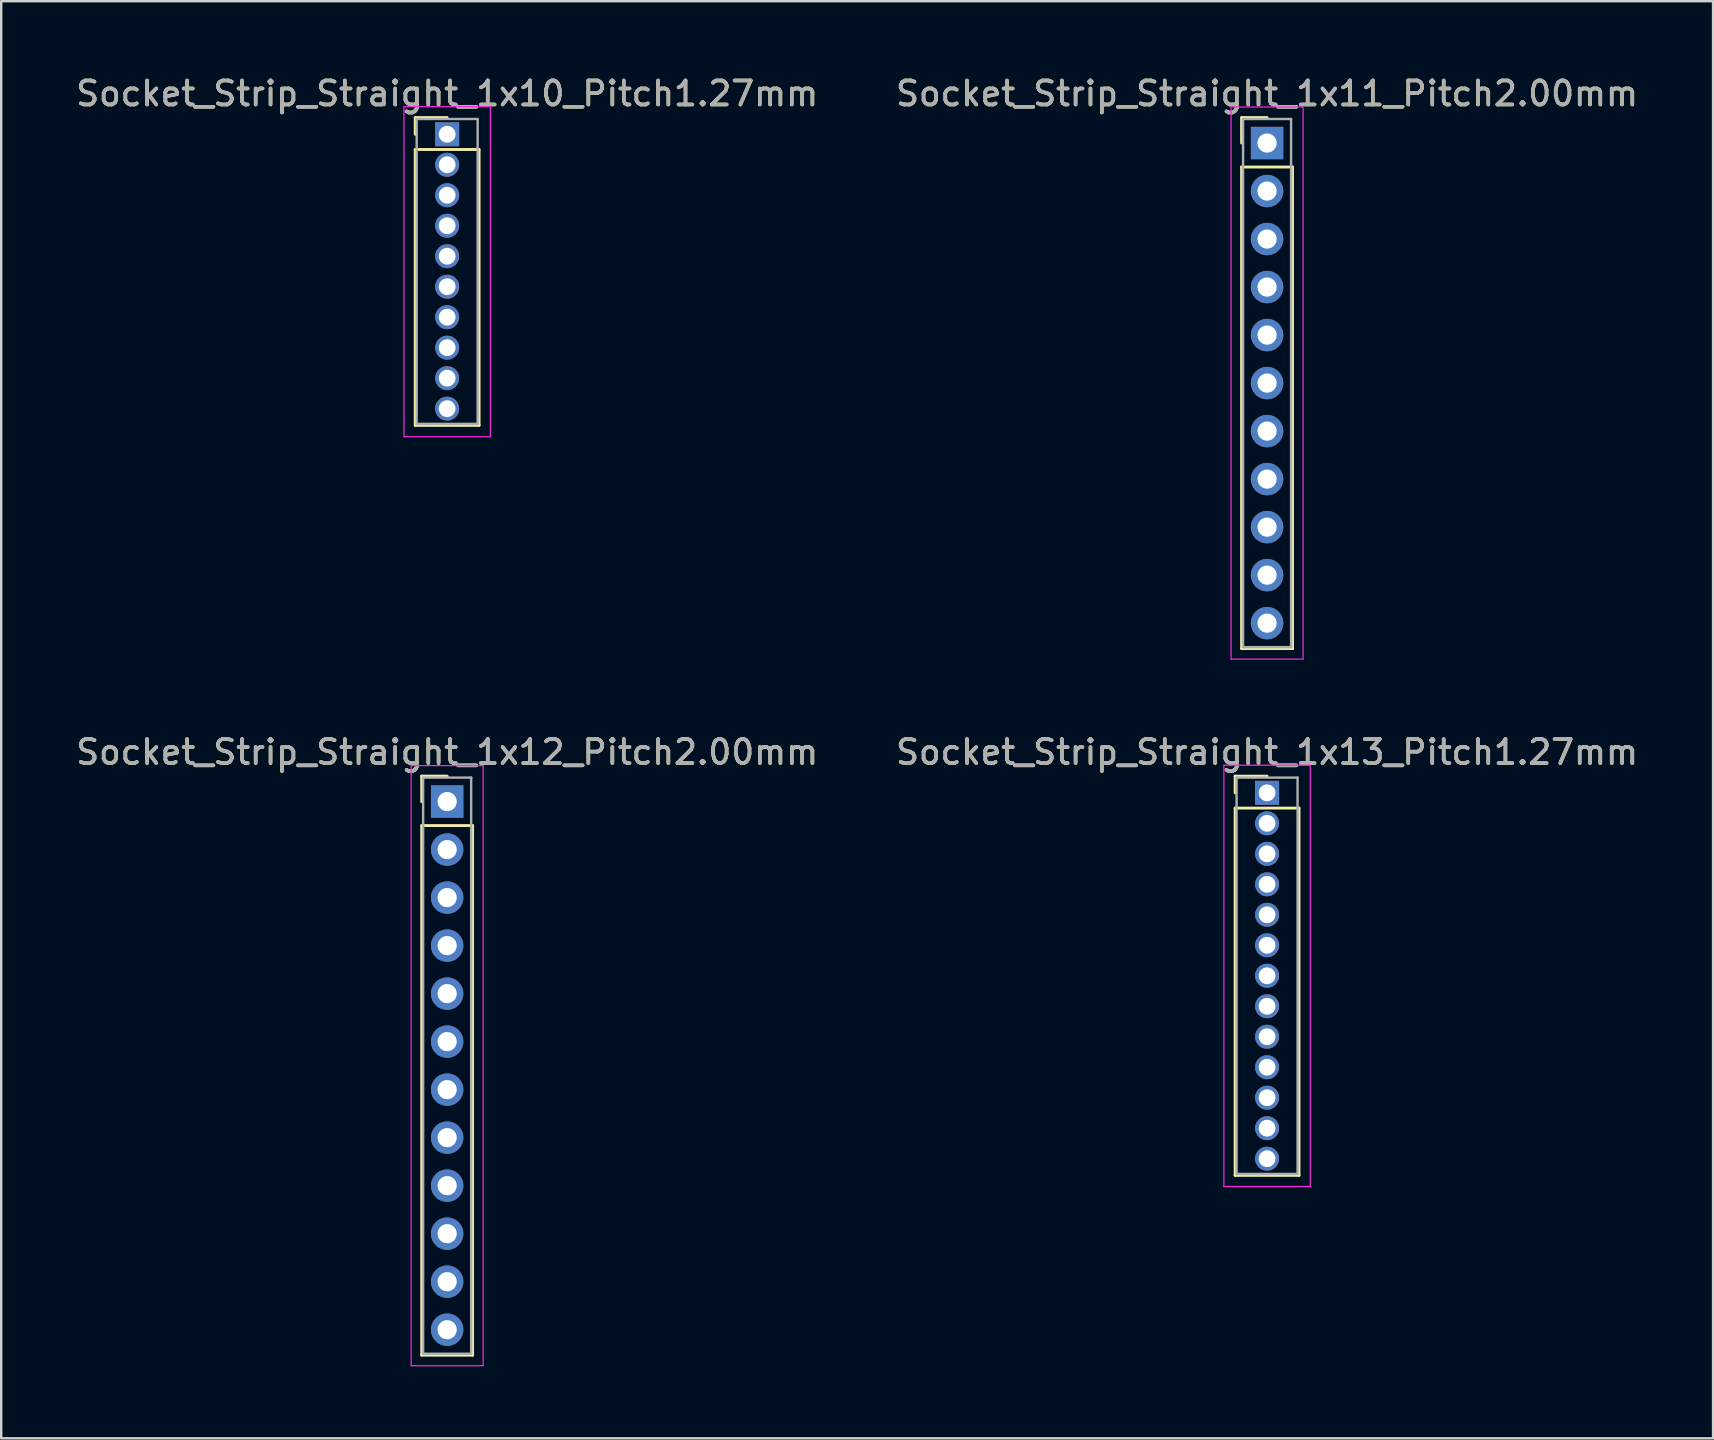
<source format=kicad_pcb>
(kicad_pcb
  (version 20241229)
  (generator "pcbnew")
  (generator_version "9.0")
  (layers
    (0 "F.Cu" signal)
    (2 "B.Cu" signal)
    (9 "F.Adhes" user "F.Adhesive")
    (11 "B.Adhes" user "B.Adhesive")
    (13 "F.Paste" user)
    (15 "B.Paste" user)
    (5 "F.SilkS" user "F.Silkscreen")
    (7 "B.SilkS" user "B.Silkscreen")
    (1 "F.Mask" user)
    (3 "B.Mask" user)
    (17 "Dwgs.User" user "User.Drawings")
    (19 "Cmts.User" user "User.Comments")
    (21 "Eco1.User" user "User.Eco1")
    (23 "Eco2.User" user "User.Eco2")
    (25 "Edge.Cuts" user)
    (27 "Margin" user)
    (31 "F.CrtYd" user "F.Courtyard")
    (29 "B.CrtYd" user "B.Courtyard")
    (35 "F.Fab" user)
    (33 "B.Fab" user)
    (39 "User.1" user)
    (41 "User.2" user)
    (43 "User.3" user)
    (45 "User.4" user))
  (footprint "Socket_Strip_Straight_1x11_Pitch2.00mm"
    (layer "F.Cu")
    (at 49.732 2.908)
    (property "Reference" "Socket_Strip_Straight_1x11_Pitch2.00mm" (at 0 -2.06 0) (layer "F.SilkS") (effects (font (size 1 1) (thickness 0.15))))
    (attr through_hole)
    (fp_line (start -1.06 -1.06) (end 0 -1.06) (stroke (width 0.12) (type solid)) (layer "F.SilkS"))
    (fp_line (start -1.06 0) (end -1.06 -1.06) (stroke (width 0.12) (type solid)) (layer "F.SilkS"))
    (fp_line (start -1.06 1) (end -1.06 21.06) (stroke (width 0.12) (type solid)) (layer "F.SilkS"))
    (fp_line (start -1.06 21.06) (end 1.06 21.06) (stroke (width 0.12) (type solid)) (layer "F.SilkS"))
    (fp_line (start 1.06 1) (end -1.06 1) (stroke (width 0.12) (type solid)) (layer "F.SilkS"))
    (fp_line (start 1.06 21.06) (end 1.06 1) (stroke (width 0.12) (type solid)) (layer "F.SilkS"))
    (fp_line (start -1.5 -1.5) (end -1.5 21.5) (stroke (width 0.05) (type solid)) (layer "F.CrtYd"))
    (fp_line (start -1.5 21.5) (end 1.5 21.5) (stroke (width 0.05) (type solid)) (layer "F.CrtYd"))
    (fp_line (start 1.5 -1.5) (end -1.5 -1.5) (stroke (width 0.05) (type solid)) (layer "F.CrtYd"))
    (fp_line (start 1.5 21.5) (end 1.5 -1.5) (stroke (width 0.05) (type solid)) (layer "F.CrtYd"))
    (fp_line (start -1 -1) (end -1 21) (stroke (width 0.1) (type solid)) (layer "F.Fab"))
    (fp_line (start -1 21) (end 1 21) (stroke (width 0.1) (type solid)) (layer "F.Fab"))
    (fp_line (start 1 -1) (end -1 -1) (stroke (width 0.1) (type solid)) (layer "F.Fab"))
    (fp_line (start 1 21) (end 1 -1) (stroke (width 0.1) (type solid)) (layer "F.Fab"))
    (fp_text user "${REFERENCE}" (at 0 -2.06 0) (layer "F.Fab") (effects (font (size 1 1) (thickness 0.15))))
    (pad "1" thru_hole rect (at 0 0) (size 1.35 1.35) (drill 0.8) (layers "*.Cu" "*.Mask"))
    (pad "2" thru_hole oval (at 0 2) (size 1.35 1.35) (drill 0.8) (layers "*.Cu" "*.Mask"))
    (pad "3" thru_hole oval (at 0 4) (size 1.35 1.35) (drill 0.8) (layers "*.Cu" "*.Mask"))
    (pad "4" thru_hole oval (at 0 6) (size 1.35 1.35) (drill 0.8) (layers "*.Cu" "*.Mask"))
    (pad "5" thru_hole oval (at 0 8) (size 1.35 1.35) (drill 0.8) (layers "*.Cu" "*.Mask"))
    (pad "6" thru_hole oval (at 0 10) (size 1.35 1.35) (drill 0.8) (layers "*.Cu" "*.Mask"))
    (pad "7" thru_hole oval (at 0 12) (size 1.35 1.35) (drill 0.8) (layers "*.Cu" "*.Mask"))
    (pad "8" thru_hole oval (at 0 14) (size 1.35 1.35) (drill 0.8) (layers "*.Cu" "*.Mask"))
    (pad "9" thru_hole oval (at 0 16) (size 1.35 1.35) (drill 0.8) (layers "*.Cu" "*.Mask"))
    (pad "10" thru_hole oval (at 0 18) (size 1.35 1.35) (drill 0.8) (layers "*.Cu" "*.Mask"))
    (pad "11" thru_hole oval (at 0 20) (size 1.35 1.35) (drill 0.8) (layers "*.Cu" "*.Mask")))
  (footprint "Socket_Strip_Straight_1x10_Pitch1.27mm"
    (layer "F.Cu")
    (at 15.577 2.543)
    (property "Reference" "Socket_Strip_Straight_1x10_Pitch1.27mm" (at 0 -1.695 0) (layer "F.SilkS") (effects (font (size 1 1) (thickness 0.15))))
    (attr through_hole)
    (fp_line (start -1.33 -0.695) (end 0 -0.695) (stroke (width 0.12) (type solid)) (layer "F.SilkS"))
    (fp_line (start -1.33 0) (end -1.33 -0.695) (stroke (width 0.12) (type solid)) (layer "F.SilkS"))
    (fp_line (start -1.33 0.635) (end -1.33 12.125) (stroke (width 0.12) (type solid)) (layer "F.SilkS"))
    (fp_line (start -1.33 12.125) (end 1.33 12.125) (stroke (width 0.12) (type solid)) (layer "F.SilkS"))
    (fp_line (start 1.33 0.635) (end -1.33 0.635) (stroke (width 0.12) (type solid)) (layer "F.SilkS"))
    (fp_line (start 1.33 12.125) (end 1.33 0.635) (stroke (width 0.12) (type solid)) (layer "F.SilkS"))
    (fp_line (start -1.8 -1.15) (end -1.8 12.6) (stroke (width 0.05) (type solid)) (layer "F.CrtYd"))
    (fp_line (start -1.8 12.6) (end 1.8 12.6) (stroke (width 0.05) (type solid)) (layer "F.CrtYd"))
    (fp_line (start 1.8 -1.15) (end -1.8 -1.15) (stroke (width 0.05) (type solid)) (layer "F.CrtYd"))
    (fp_line (start 1.8 12.6) (end 1.8 -1.15) (stroke (width 0.05) (type solid)) (layer "F.CrtYd"))
    (fp_line (start -1.27 -0.635) (end -1.27 12.065) (stroke (width 0.1) (type solid)) (layer "F.Fab"))
    (fp_line (start -1.27 12.065) (end 1.27 12.065) (stroke (width 0.1) (type solid)) (layer "F.Fab"))
    (fp_line (start 1.27 -0.635) (end -1.27 -0.635) (stroke (width 0.1) (type solid)) (layer "F.Fab"))
    (fp_line (start 1.27 12.065) (end 1.27 -0.635) (stroke (width 0.1) (type solid)) (layer "F.Fab"))
    (fp_text user "${REFERENCE}" (at 0 -1.695 0) (layer "F.Fab") (effects (font (size 1 1) (thickness 0.15))))
    (pad "1" thru_hole rect (at 0 0) (size 1 1) (drill 0.7) (layers "*.Cu" "*.Mask"))
    (pad "2" thru_hole oval (at 0 1.27) (size 1 1) (drill 0.7) (layers "*.Cu" "*.Mask"))
    (pad "3" thru_hole oval (at 0 2.54) (size 1 1) (drill 0.7) (layers "*.Cu" "*.Mask"))
    (pad "4" thru_hole oval (at 0 3.81) (size 1 1) (drill 0.7) (layers "*.Cu" "*.Mask"))
    (pad "5" thru_hole oval (at 0 5.08) (size 1 1) (drill 0.7) (layers "*.Cu" "*.Mask"))
    (pad "6" thru_hole oval (at 0 6.35) (size 1 1) (drill 0.7) (layers "*.Cu" "*.Mask"))
    (pad "7" thru_hole oval (at 0 7.62) (size 1 1) (drill 0.7) (layers "*.Cu" "*.Mask"))
    (pad "8" thru_hole oval (at 0 8.89) (size 1 1) (drill 0.7) (layers "*.Cu" "*.Mask"))
    (pad "9" thru_hole oval (at 0 10.16) (size 1 1) (drill 0.7) (layers "*.Cu" "*.Mask"))
    (pad "10" thru_hole oval (at 0 11.43) (size 1 1) (drill 0.7) (layers "*.Cu" "*.Mask")))
  (footprint "Socket_Strip_Straight_1x12_Pitch2.00mm"
    (layer "F.Cu")
    (at 15.577 30.341)
    (property "Reference" "Socket_Strip_Straight_1x12_Pitch2.00mm" (at 0 -2.06 0) (layer "F.SilkS") (effects (font (size 1 1) (thickness 0.15))))
    (attr through_hole)
    (fp_line (start -1.06 -1.06) (end 0 -1.06) (stroke (width 0.12) (type solid)) (layer "F.SilkS"))
    (fp_line (start -1.06 0) (end -1.06 -1.06) (stroke (width 0.12) (type solid)) (layer "F.SilkS"))
    (fp_line (start -1.06 1) (end -1.06 23.06) (stroke (width 0.12) (type solid)) (layer "F.SilkS"))
    (fp_line (start -1.06 23.06) (end 1.06 23.06) (stroke (width 0.12) (type solid)) (layer "F.SilkS"))
    (fp_line (start 1.06 1) (end -1.06 1) (stroke (width 0.12) (type solid)) (layer "F.SilkS"))
    (fp_line (start 1.06 23.06) (end 1.06 1) (stroke (width 0.12) (type solid)) (layer "F.SilkS"))
    (fp_line (start -1.5 -1.5) (end -1.5 23.5) (stroke (width 0.05) (type solid)) (layer "F.CrtYd"))
    (fp_line (start -1.5 23.5) (end 1.5 23.5) (stroke (width 0.05) (type solid)) (layer "F.CrtYd"))
    (fp_line (start 1.5 -1.5) (end -1.5 -1.5) (stroke (width 0.05) (type solid)) (layer "F.CrtYd"))
    (fp_line (start 1.5 23.5) (end 1.5 -1.5) (stroke (width 0.05) (type solid)) (layer "F.CrtYd"))
    (fp_line (start -1 -1) (end -1 23) (stroke (width 0.1) (type solid)) (layer "F.Fab"))
    (fp_line (start -1 23) (end 1 23) (stroke (width 0.1) (type solid)) (layer "F.Fab"))
    (fp_line (start 1 -1) (end -1 -1) (stroke (width 0.1) (type solid)) (layer "F.Fab"))
    (fp_line (start 1 23) (end 1 -1) (stroke (width 0.1) (type solid)) (layer "F.Fab"))
    (fp_text user "${REFERENCE}" (at 0 -2.06 0) (layer "F.Fab") (effects (font (size 1 1) (thickness 0.15))))
    (pad "1" thru_hole rect (at 0 0) (size 1.35 1.35) (drill 0.8) (layers "*.Cu" "*.Mask"))
    (pad "2" thru_hole oval (at 0 2) (size 1.35 1.35) (drill 0.8) (layers "*.Cu" "*.Mask"))
    (pad "3" thru_hole oval (at 0 4) (size 1.35 1.35) (drill 0.8) (layers "*.Cu" "*.Mask"))
    (pad "4" thru_hole oval (at 0 6) (size 1.35 1.35) (drill 0.8) (layers "*.Cu" "*.Mask"))
    (pad "5" thru_hole oval (at 0 8) (size 1.35 1.35) (drill 0.8) (layers "*.Cu" "*.Mask"))
    (pad "6" thru_hole oval (at 0 10) (size 1.35 1.35) (drill 0.8) (layers "*.Cu" "*.Mask"))
    (pad "7" thru_hole oval (at 0 12) (size 1.35 1.35) (drill 0.8) (layers "*.Cu" "*.Mask"))
    (pad "8" thru_hole oval (at 0 14) (size 1.35 1.35) (drill 0.8) (layers "*.Cu" "*.Mask"))
    (pad "9" thru_hole oval (at 0 16) (size 1.35 1.35) (drill 0.8) (layers "*.Cu" "*.Mask"))
    (pad "10" thru_hole oval (at 0 18) (size 1.35 1.35) (drill 0.8) (layers "*.Cu" "*.Mask"))
    (pad "11" thru_hole oval (at 0 20) (size 1.35 1.35) (drill 0.8) (layers "*.Cu" "*.Mask"))
    (pad "12" thru_hole oval (at 0 22) (size 1.35 1.35) (drill 0.8) (layers "*.Cu" "*.Mask")))
  (footprint "Socket_Strip_Straight_1x13_Pitch1.27mm"
    (layer "F.Cu")
    (at 49.732 29.977)
    (property "Reference" "Socket_Strip_Straight_1x13_Pitch1.27mm" (at 0 -1.695 0) (layer "F.SilkS") (effects (font (size 1 1) (thickness 0.15))))
    (attr through_hole)
    (fp_line (start -1.33 -0.695) (end 0 -0.695) (stroke (width 0.12) (type solid)) (layer "F.SilkS"))
    (fp_line (start -1.33 0) (end -1.33 -0.695) (stroke (width 0.12) (type solid)) (layer "F.SilkS"))
    (fp_line (start -1.33 0.635) (end -1.33 15.935) (stroke (width 0.12) (type solid)) (layer "F.SilkS"))
    (fp_line (start -1.33 15.935) (end 1.33 15.935) (stroke (width 0.12) (type solid)) (layer "F.SilkS"))
    (fp_line (start 1.33 0.635) (end -1.33 0.635) (stroke (width 0.12) (type solid)) (layer "F.SilkS"))
    (fp_line (start 1.33 15.935) (end 1.33 0.635) (stroke (width 0.12) (type solid)) (layer "F.SilkS"))
    (fp_line (start -1.8 -1.15) (end -1.8 16.4) (stroke (width 0.05) (type solid)) (layer "F.CrtYd"))
    (fp_line (start -1.8 16.4) (end 1.8 16.4) (stroke (width 0.05) (type solid)) (layer "F.CrtYd"))
    (fp_line (start 1.8 -1.15) (end -1.8 -1.15) (stroke (width 0.05) (type solid)) (layer "F.CrtYd"))
    (fp_line (start 1.8 16.4) (end 1.8 -1.15) (stroke (width 0.05) (type solid)) (layer "F.CrtYd"))
    (fp_line (start -1.27 -0.635) (end -1.27 15.875) (stroke (width 0.1) (type solid)) (layer "F.Fab"))
    (fp_line (start -1.27 15.875) (end 1.27 15.875) (stroke (width 0.1) (type solid)) (layer "F.Fab"))
    (fp_line (start 1.27 -0.635) (end -1.27 -0.635) (stroke (width 0.1) (type solid)) (layer "F.Fab"))
    (fp_line (start 1.27 15.875) (end 1.27 -0.635) (stroke (width 0.1) (type solid)) (layer "F.Fab"))
    (fp_text user "${REFERENCE}" (at 0 -1.695 0) (layer "F.Fab") (effects (font (size 1 1) (thickness 0.15))))
    (pad "1" thru_hole rect (at 0 0) (size 1 1) (drill 0.7) (layers "*.Cu" "*.Mask"))
    (pad "2" thru_hole oval (at 0 1.27) (size 1 1) (drill 0.7) (layers "*.Cu" "*.Mask"))
    (pad "3" thru_hole oval (at 0 2.54) (size 1 1) (drill 0.7) (layers "*.Cu" "*.Mask"))
    (pad "4" thru_hole oval (at 0 3.81) (size 1 1) (drill 0.7) (layers "*.Cu" "*.Mask"))
    (pad "5" thru_hole oval (at 0 5.08) (size 1 1) (drill 0.7) (layers "*.Cu" "*.Mask"))
    (pad "6" thru_hole oval (at 0 6.35) (size 1 1) (drill 0.7) (layers "*.Cu" "*.Mask"))
    (pad "7" thru_hole oval (at 0 7.62) (size 1 1) (drill 0.7) (layers "*.Cu" "*.Mask"))
    (pad "8" thru_hole oval (at 0 8.89) (size 1 1) (drill 0.7) (layers "*.Cu" "*.Mask"))
    (pad "9" thru_hole oval (at 0 10.16) (size 1 1) (drill 0.7) (layers "*.Cu" "*.Mask"))
    (pad "10" thru_hole oval (at 0 11.43) (size 1 1) (drill 0.7) (layers "*.Cu" "*.Mask"))
    (pad "11" thru_hole oval (at 0 12.7) (size 1 1) (drill 0.7) (layers "*.Cu" "*.Mask"))
    (pad "12" thru_hole oval (at 0 13.97) (size 1 1) (drill 0.7) (layers "*.Cu" "*.Mask"))
    (pad "13" thru_hole oval (at 0 15.24) (size 1 1) (drill 0.7) (layers "*.Cu" "*.Mask")))
  (gr_rect
    (start -3 -3)
    (end 68.31 56.867)
    (stroke (width 0.1) (type default))
    (fill no)
    (layer "Edge.Cuts")))
</source>
